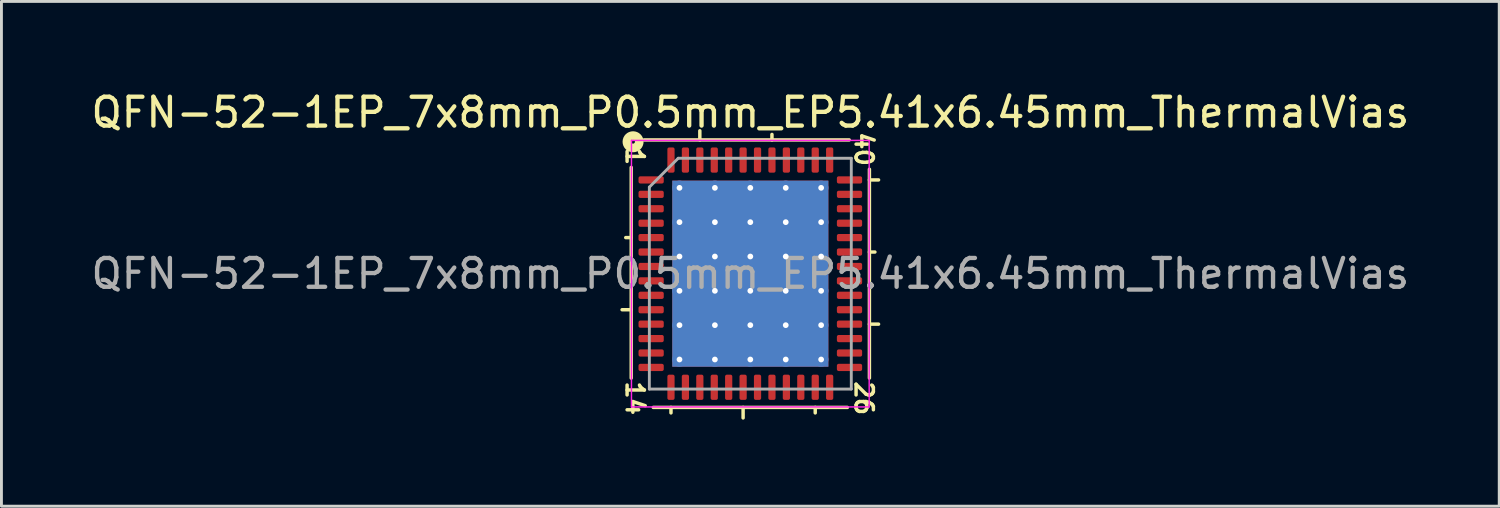
<source format=kicad_pcb>
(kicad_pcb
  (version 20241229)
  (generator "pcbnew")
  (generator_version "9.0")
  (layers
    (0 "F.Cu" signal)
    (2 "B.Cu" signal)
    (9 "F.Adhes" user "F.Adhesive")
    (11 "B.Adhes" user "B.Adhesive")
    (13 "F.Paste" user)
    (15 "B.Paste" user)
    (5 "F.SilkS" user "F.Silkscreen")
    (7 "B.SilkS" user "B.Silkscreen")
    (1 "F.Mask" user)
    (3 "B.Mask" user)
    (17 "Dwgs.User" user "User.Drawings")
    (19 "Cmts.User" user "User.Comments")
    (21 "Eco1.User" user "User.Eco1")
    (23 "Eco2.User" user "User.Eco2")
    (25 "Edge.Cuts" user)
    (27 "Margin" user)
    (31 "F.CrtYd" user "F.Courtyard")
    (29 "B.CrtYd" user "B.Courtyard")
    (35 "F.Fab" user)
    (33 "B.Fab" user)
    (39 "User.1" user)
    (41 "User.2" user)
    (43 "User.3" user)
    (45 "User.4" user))
  (footprint "QFN-52-1EP_7x8mm_P0.5mm_EP5.41x6.45mm_ThermalVias"
    (layer "F.Cu")
    (at 22.958 6.436)
    (property "Reference" "QFN-52-1EP_7x8mm_P0.5mm_EP5.41x6.45mm_ThermalVias" (at 0 -5.588 0) (layer "F.SilkS") (effects (font (size 1 1) (thickness 0.15))))
    (attr smd)
    (fp_line (start -4.128 -3.683) (end -4.128 3.619) (stroke (width 0.12) (type solid)) (layer "F.SilkS"))
    (fp_line (start -4.128 -1.25) (end -4.318 -1.25) (stroke (width 0.12) (type solid)) (layer "F.SilkS"))
    (fp_line (start -4.128 1.25) (end -4.445 1.25) (stroke (width 0.12) (type solid)) (layer "F.SilkS"))
    (fp_line (start -3.365 4.636) (end 3.365 4.636) (stroke (width 0.12) (type solid)) (layer "F.SilkS"))
    (fp_line (start -2.75 4.636) (end -2.75 4.826) (stroke (width 0.12) (type solid)) (layer "F.SilkS"))
    (fp_line (start -1.75 -4.636) (end -1.75 -4.953) (stroke (width 0.12) (type solid)) (layer "F.SilkS"))
    (fp_line (start -0.25 4.636) (end -0.25 5) (stroke (width 0.12) (type solid)) (layer "F.SilkS"))
    (fp_line (start 0.75 -4.636) (end 0.75 -4.826) (stroke (width 0.12) (type solid)) (layer "F.SilkS"))
    (fp_line (start 2.25 4.636) (end 2.25 4.826) (stroke (width 0.12) (type solid)) (layer "F.SilkS"))
    (fp_line (start 3.429 -4.636) (end -3.683 -4.636) (stroke (width 0.12) (type solid)) (layer "F.SilkS"))
    (fp_line (start 4.128 -3.25) (end 4.445 -3.25) (stroke (width 0.12) (type solid)) (layer "F.SilkS"))
    (fp_line (start 4.128 -0.75) (end 4.318 -0.75) (stroke (width 0.12) (type solid)) (layer "F.SilkS"))
    (fp_line (start 4.128 1.75) (end 4.445 1.75) (stroke (width 0.12) (type solid)) (layer "F.SilkS"))
    (fp_line (start 4.128 3.619) (end 4.128 -3.619) (stroke (width 0.12) (type solid)) (layer "F.SilkS"))
    (fp_circle (center -4.064 -4.572) (end -4 -4.572) (stroke (width 0.3) (type solid)) (fill no) (layer "F.SilkS"))
    (fp_line (start -4.12 -4.62) (end -4.12 4.62) (stroke (width 0.05) (type solid)) (layer "F.CrtYd"))
    (fp_line (start -4.12 4.62) (end 4.12 4.62) (stroke (width 0.05) (type solid)) (layer "F.CrtYd"))
    (fp_line (start 4.12 -4.62) (end -4.12 -4.62) (stroke (width 0.05) (type solid)) (layer "F.CrtYd"))
    (fp_line (start 4.12 4.62) (end 4.12 -4.62) (stroke (width 0.05) (type solid)) (layer "F.CrtYd"))
    (fp_line (start -3.5 -3) (end -2.5 -4) (stroke (width 0.1) (type solid)) (layer "F.Fab"))
    (fp_line (start -3.5 4) (end -3.5 -3) (stroke (width 0.1) (type solid)) (layer "F.Fab"))
    (fp_line (start -2.5 -4) (end 3.5 -4) (stroke (width 0.1) (type solid)) (layer "F.Fab"))
    (fp_line (start 3.5 -4) (end 3.5 4) (stroke (width 0.1) (type solid)) (layer "F.Fab"))
    (fp_line (start 3.5 4) (end -3.5 4) (stroke (width 0.1) (type solid)) (layer "F.Fab"))
    (fp_text user "1" (at -4 -4.064 270) (unlocked yes) (layer "F.SilkS") (effects (font (size 0.6 0.6) (thickness 0.12))))
    (fp_text user "26" (at 3.937 4.318 270) (unlocked yes) (layer "F.SilkS") (effects (font (size 0.6 0.6) (thickness 0.12))))
    (fp_text user "40" (at 3.937 -4.318 270) (unlocked yes) (layer "F.SilkS") (effects (font (size 0.6 0.6) (thickness 0.12))))
    (fp_text user "14" (at -4 4.318 270) (unlocked yes) (layer "F.SilkS") (effects (font (size 0.6 0.6) (thickness 0.12))))
    (fp_text user "${REFERENCE}" (at 0 0 0) (layer "F.Fab") (effects (font (size 1 1) (thickness 0.15))))
    (pad "" smd roundrect (at -1.841 -2.38) (size 1.048 0.999) (layers "F.Paste") (roundrect_rratio 0.25))
    (pad "" smd roundrect (at -1.841 -1.19) (size 1.048 0.999) (layers "F.Paste") (roundrect_rratio 0.25))
    (pad "" smd roundrect (at -1.841 0) (size 1.048 0.999) (layers "F.Paste") (roundrect_rratio 0.25))
    (pad "" smd roundrect (at -1.841 1.19) (size 1.048 0.999) (layers "F.Paste") (roundrect_rratio 0.25))
    (pad "" smd roundrect (at -1.841 2.38) (size 1.048 0.999) (layers "F.Paste") (roundrect_rratio 0.25))
    (pad "" smd roundrect (at -0.614 -2.38) (size 1.048 0.999) (layers "F.Paste") (roundrect_rratio 0.25))
    (pad "" smd roundrect (at -0.614 -1.19) (size 1.048 0.999) (layers "F.Paste") (roundrect_rratio 0.25))
    (pad "" smd roundrect (at -0.614 0) (size 1.048 0.999) (layers "F.Paste") (roundrect_rratio 0.25))
    (pad "" smd roundrect (at -0.614 1.19) (size 1.048 0.999) (layers "F.Paste") (roundrect_rratio 0.25))
    (pad "" smd roundrect (at -0.614 2.38) (size 1.048 0.999) (layers "F.Paste") (roundrect_rratio 0.25))
    (pad "" smd roundrect (at 0.614 -2.38) (size 1.048 0.999) (layers "F.Paste") (roundrect_rratio 0.25))
    (pad "" smd roundrect (at 0.614 -1.19) (size 1.048 0.999) (layers "F.Paste") (roundrect_rratio 0.25))
    (pad "" smd roundrect (at 0.614 0) (size 1.048 0.999) (layers "F.Paste") (roundrect_rratio 0.25))
    (pad "" smd roundrect (at 0.614 1.19) (size 1.048 0.999) (layers "F.Paste") (roundrect_rratio 0.25))
    (pad "" smd roundrect (at 0.614 2.38) (size 1.048 0.999) (layers "F.Paste") (roundrect_rratio 0.25))
    (pad "" smd roundrect (at 1.841 -2.38) (size 1.048 0.999) (layers "F.Paste") (roundrect_rratio 0.25))
    (pad "" smd roundrect (at 1.841 -1.19) (size 1.048 0.999) (layers "F.Paste") (roundrect_rratio 0.25))
    (pad "" smd roundrect (at 1.841 0) (size 1.048 0.999) (layers "F.Paste") (roundrect_rratio 0.25))
    (pad "" smd roundrect (at 1.841 1.19) (size 1.048 0.999) (layers "F.Paste") (roundrect_rratio 0.25))
    (pad "" smd roundrect (at 1.841 2.38) (size 1.048 0.999) (layers "F.Paste") (roundrect_rratio 0.25))
    (pad "1" smd roundrect (at -3.438 -3.25) (size 0.875 0.25) (layers "F.Cu" "F.Mask" "F.Paste") (roundrect_rratio 0.25))
    (pad "2" smd roundrect (at -3.438 -2.75) (size 0.875 0.25) (layers "F.Cu" "F.Mask" "F.Paste") (roundrect_rratio 0.25))
    (pad "3" smd roundrect (at -3.438 -2.25) (size 0.875 0.25) (layers "F.Cu" "F.Mask" "F.Paste") (roundrect_rratio 0.25))
    (pad "4" smd roundrect (at -3.438 -1.75) (size 0.875 0.25) (layers "F.Cu" "F.Mask" "F.Paste") (roundrect_rratio 0.25))
    (pad "5" smd roundrect (at -3.438 -1.25) (size 0.875 0.25) (layers "F.Cu" "F.Mask" "F.Paste") (roundrect_rratio 0.25))
    (pad "6" smd roundrect (at -3.438 -0.75) (size 0.875 0.25) (layers "F.Cu" "F.Mask" "F.Paste") (roundrect_rratio 0.25))
    (pad "7" smd roundrect (at -3.438 -0.25) (size 0.875 0.25) (layers "F.Cu" "F.Mask" "F.Paste") (roundrect_rratio 0.25))
    (pad "8" smd roundrect (at -3.438 0.25) (size 0.875 0.25) (layers "F.Cu" "F.Mask" "F.Paste") (roundrect_rratio 0.25))
    (pad "9" smd roundrect (at -3.438 0.75) (size 0.875 0.25) (layers "F.Cu" "F.Mask" "F.Paste") (roundrect_rratio 0.25))
    (pad "10" smd roundrect (at -3.438 1.25) (size 0.875 0.25) (layers "F.Cu" "F.Mask" "F.Paste") (roundrect_rratio 0.25))
    (pad "11" smd roundrect (at -3.438 1.75) (size 0.875 0.25) (layers "F.Cu" "F.Mask" "F.Paste") (roundrect_rratio 0.25))
    (pad "12" smd roundrect (at -3.438 2.25) (size 0.875 0.25) (layers "F.Cu" "F.Mask" "F.Paste") (roundrect_rratio 0.25))
    (pad "13" smd roundrect (at -3.438 2.75) (size 0.875 0.25) (layers "F.Cu" "F.Mask" "F.Paste") (roundrect_rratio 0.25))
    (pad "14" smd roundrect (at -3.438 3.25) (size 0.875 0.25) (layers "F.Cu" "F.Mask" "F.Paste") (roundrect_rratio 0.25))
    (pad "15" smd roundrect (at -2.75 3.938) (size 0.25 0.875) (layers "F.Cu" "F.Mask" "F.Paste") (roundrect_rratio 0.25))
    (pad "16" smd roundrect (at -2.25 3.938) (size 0.25 0.875) (layers "F.Cu" "F.Mask" "F.Paste") (roundrect_rratio 0.25))
    (pad "17" smd roundrect (at -1.75 3.938) (size 0.25 0.875) (layers "F.Cu" "F.Mask" "F.Paste") (roundrect_rratio 0.25))
    (pad "18" smd roundrect (at -1.25 3.938) (size 0.25 0.875) (layers "F.Cu" "F.Mask" "F.Paste") (roundrect_rratio 0.25))
    (pad "19" smd roundrect (at -0.75 3.938) (size 0.25 0.875) (layers "F.Cu" "F.Mask" "F.Paste") (roundrect_rratio 0.25))
    (pad "20" smd roundrect (at -0.25 3.938) (size 0.25 0.875) (layers "F.Cu" "F.Mask" "F.Paste") (roundrect_rratio 0.25))
    (pad "21" smd roundrect (at 0.25 3.938) (size 0.25 0.875) (layers "F.Cu" "F.Mask" "F.Paste") (roundrect_rratio 0.25))
    (pad "22" smd roundrect (at 0.75 3.938) (size 0.25 0.875) (layers "F.Cu" "F.Mask" "F.Paste") (roundrect_rratio 0.25))
    (pad "23" smd roundrect (at 1.25 3.938) (size 0.25 0.875) (layers "F.Cu" "F.Mask" "F.Paste") (roundrect_rratio 0.25))
    (pad "24" smd roundrect (at 1.75 3.938) (size 0.25 0.875) (layers "F.Cu" "F.Mask" "F.Paste") (roundrect_rratio 0.25))
    (pad "25" smd roundrect (at 2.25 3.938) (size 0.25 0.875) (layers "F.Cu" "F.Mask" "F.Paste") (roundrect_rratio 0.25))
    (pad "26" smd roundrect (at 2.75 3.938) (size 0.25 0.875) (layers "F.Cu" "F.Mask" "F.Paste") (roundrect_rratio 0.25))
    (pad "27" smd roundrect (at 3.438 3.25) (size 0.875 0.25) (layers "F.Cu" "F.Mask" "F.Paste") (roundrect_rratio 0.25))
    (pad "28" smd roundrect (at 3.438 2.75) (size 0.875 0.25) (layers "F.Cu" "F.Mask" "F.Paste") (roundrect_rratio 0.25))
    (pad "29" smd roundrect (at 3.438 2.25) (size 0.875 0.25) (layers "F.Cu" "F.Mask" "F.Paste") (roundrect_rratio 0.25))
    (pad "30" smd roundrect (at 3.438 1.75) (size 0.875 0.25) (layers "F.Cu" "F.Mask" "F.Paste") (roundrect_rratio 0.25))
    (pad "31" smd roundrect (at 3.438 1.25) (size 0.875 0.25) (layers "F.Cu" "F.Mask" "F.Paste") (roundrect_rratio 0.25))
    (pad "32" smd roundrect (at 3.438 0.75) (size 0.875 0.25) (layers "F.Cu" "F.Mask" "F.Paste") (roundrect_rratio 0.25))
    (pad "33" smd roundrect (at 3.438 0.25) (size 0.875 0.25) (layers "F.Cu" "F.Mask" "F.Paste") (roundrect_rratio 0.25))
    (pad "34" smd roundrect (at 3.438 -0.25) (size 0.875 0.25) (layers "F.Cu" "F.Mask" "F.Paste") (roundrect_rratio 0.25))
    (pad "35" smd roundrect (at 3.438 -0.75) (size 0.875 0.25) (layers "F.Cu" "F.Mask" "F.Paste") (roundrect_rratio 0.25))
    (pad "36" smd roundrect (at 3.438 -1.25) (size 0.875 0.25) (layers "F.Cu" "F.Mask" "F.Paste") (roundrect_rratio 0.25))
    (pad "37" smd roundrect (at 3.438 -1.75) (size 0.875 0.25) (layers "F.Cu" "F.Mask" "F.Paste") (roundrect_rratio 0.25))
    (pad "38" smd roundrect (at 3.438 -2.25) (size 0.875 0.25) (layers "F.Cu" "F.Mask" "F.Paste") (roundrect_rratio 0.25))
    (pad "39" smd roundrect (at 3.438 -2.75) (size 0.875 0.25) (layers "F.Cu" "F.Mask" "F.Paste") (roundrect_rratio 0.25))
    (pad "40" smd roundrect (at 3.438 -3.25) (size 0.875 0.25) (layers "F.Cu" "F.Mask" "F.Paste") (roundrect_rratio 0.25))
    (pad "41" smd roundrect (at 2.75 -3.938) (size 0.25 0.875) (layers "F.Cu" "F.Mask" "F.Paste") (roundrect_rratio 0.25))
    (pad "42" smd roundrect (at 2.25 -3.938) (size 0.25 0.875) (layers "F.Cu" "F.Mask" "F.Paste") (roundrect_rratio 0.25))
    (pad "43" smd roundrect (at 1.75 -3.938) (size 0.25 0.875) (layers "F.Cu" "F.Mask" "F.Paste") (roundrect_rratio 0.25))
    (pad "44" smd roundrect (at 1.25 -3.938) (size 0.25 0.875) (layers "F.Cu" "F.Mask" "F.Paste") (roundrect_rratio 0.25))
    (pad "45" smd roundrect (at 0.75 -3.938) (size 0.25 0.875) (layers "F.Cu" "F.Mask" "F.Paste") (roundrect_rratio 0.25))
    (pad "46" smd roundrect (at 0.25 -3.938) (size 0.25 0.875) (layers "F.Cu" "F.Mask" "F.Paste") (roundrect_rratio 0.25))
    (pad "47" smd roundrect (at -0.25 -3.938) (size 0.25 0.875) (layers "F.Cu" "F.Mask" "F.Paste") (roundrect_rratio 0.25))
    (pad "48" smd roundrect (at -0.75 -3.938) (size 0.25 0.875) (layers "F.Cu" "F.Mask" "F.Paste") (roundrect_rratio 0.25))
    (pad "49" smd roundrect (at -1.25 -3.938) (size 0.25 0.875) (layers "F.Cu" "F.Mask" "F.Paste") (roundrect_rratio 0.25))
    (pad "50" smd roundrect (at -1.75 -3.938) (size 0.25 0.875) (layers "F.Cu" "F.Mask" "F.Paste") (roundrect_rratio 0.25))
    (pad "51" smd roundrect (at -2.25 -3.938) (size 0.25 0.875) (layers "F.Cu" "F.Mask" "F.Paste") (roundrect_rratio 0.25))
    (pad "52" smd roundrect (at -2.75 -3.938) (size 0.25 0.875) (layers "F.Cu" "F.Mask" "F.Paste") (roundrect_rratio 0.25))
    (pad "53" thru_hole circle (at -2.455 -2.975) (size 0.5 0.5) (drill 0.2) (layers "*.Cu"))
    (pad "53" thru_hole circle (at -2.455 -1.785) (size 0.5 0.5) (drill 0.2) (layers "*.Cu"))
    (pad "53" thru_hole circle (at -2.455 -0.595) (size 0.5 0.5) (drill 0.2) (layers "*.Cu"))
    (pad "53" thru_hole circle (at -2.455 0.595) (size 0.5 0.5) (drill 0.2) (layers "*.Cu"))
    (pad "53" thru_hole circle (at -2.455 1.785) (size 0.5 0.5) (drill 0.2) (layers "*.Cu"))
    (pad "53" thru_hole circle (at -2.455 2.975) (size 0.5 0.5) (drill 0.2) (layers "*.Cu"))
    (pad "53" thru_hole circle (at -1.228 -2.975) (size 0.5 0.5) (drill 0.2) (layers "*.Cu"))
    (pad "53" thru_hole circle (at -1.228 -1.785) (size 0.5 0.5) (drill 0.2) (layers "*.Cu"))
    (pad "53" thru_hole circle (at -1.228 -0.595) (size 0.5 0.5) (drill 0.2) (layers "*.Cu"))
    (pad "53" thru_hole circle (at -1.228 0.595) (size 0.5 0.5) (drill 0.2) (layers "*.Cu"))
    (pad "53" thru_hole circle (at -1.228 1.785) (size 0.5 0.5) (drill 0.2) (layers "*.Cu"))
    (pad "53" thru_hole circle (at -1.228 2.975) (size 0.5 0.5) (drill 0.2) (layers "*.Cu"))
    (pad "53" thru_hole circle (at 0 -2.975) (size 0.5 0.5) (drill 0.2) (layers "*.Cu"))
    (pad "53" thru_hole circle (at 0 -1.785) (size 0.5 0.5) (drill 0.2) (layers "*.Cu"))
    (pad "53" thru_hole circle (at 0 -0.595) (size 0.5 0.5) (drill 0.2) (layers "*.Cu"))
    (pad "53" smd rect (at 0 0) (size 5.41 6.45) (layers "F.Cu" "F.Mask"))
    (pad "53" smd rect (at 0 0) (size 5.41 6.45) (layers "B.Cu" "B.Mask"))
    (pad "53" thru_hole circle (at 0 0.595) (size 0.5 0.5) (drill 0.2) (layers "*.Cu"))
    (pad "53" thru_hole circle (at 0 1.785) (size 0.5 0.5) (drill 0.2) (layers "*.Cu"))
    (pad "53" thru_hole circle (at 0 2.975) (size 0.5 0.5) (drill 0.2) (layers "*.Cu"))
    (pad "53" thru_hole circle (at 1.228 -2.975) (size 0.5 0.5) (drill 0.2) (layers "*.Cu"))
    (pad "53" thru_hole circle (at 1.228 -1.785) (size 0.5 0.5) (drill 0.2) (layers "*.Cu"))
    (pad "53" thru_hole circle (at 1.228 -0.595) (size 0.5 0.5) (drill 0.2) (layers "*.Cu"))
    (pad "53" thru_hole circle (at 1.228 0.595) (size 0.5 0.5) (drill 0.2) (layers "*.Cu"))
    (pad "53" thru_hole circle (at 1.228 1.785) (size 0.5 0.5) (drill 0.2) (layers "*.Cu"))
    (pad "53" thru_hole circle (at 1.228 2.975) (size 0.5 0.5) (drill 0.2) (layers "*.Cu"))
    (pad "53" thru_hole circle (at 2.455 -2.975) (size 0.5 0.5) (drill 0.2) (layers "*.Cu"))
    (pad "53" thru_hole circle (at 2.455 -1.785) (size 0.5 0.5) (drill 0.2) (layers "*.Cu"))
    (pad "53" thru_hole circle (at 2.455 -0.595) (size 0.5 0.5) (drill 0.2) (layers "*.Cu"))
    (pad "53" thru_hole circle (at 2.455 0.595) (size 0.5 0.5) (drill 0.2) (layers "*.Cu"))
    (pad "53" thru_hole circle (at 2.455 1.785) (size 0.5 0.5) (drill 0.2) (layers "*.Cu"))
    (pad "53" thru_hole circle (at 2.455 2.975) (size 0.5 0.5) (drill 0.2) (layers "*.Cu")))
  (gr_rect
    (start -3 -3)
    (end 48.917 14.496)
    (stroke (width 0.1) (type default))
    (fill no)
    (layer "Edge.Cuts")))
</source>
